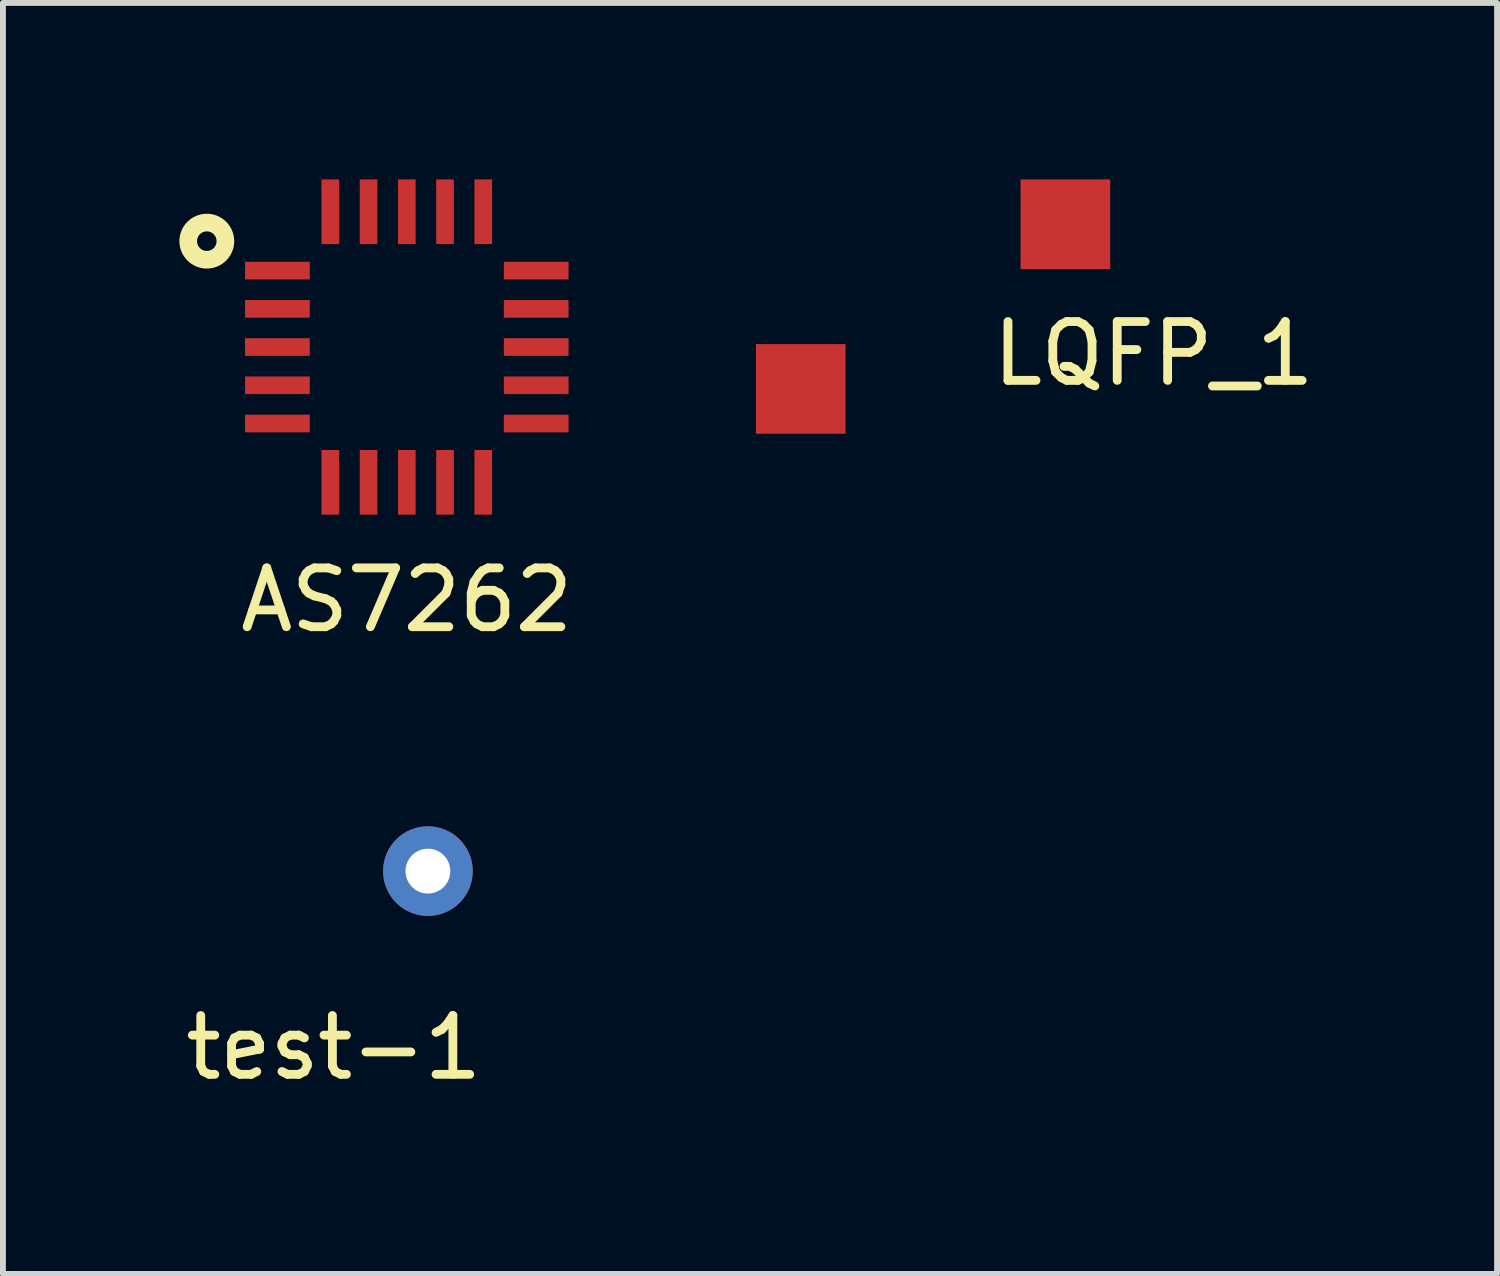
<source format=kicad_pcb>
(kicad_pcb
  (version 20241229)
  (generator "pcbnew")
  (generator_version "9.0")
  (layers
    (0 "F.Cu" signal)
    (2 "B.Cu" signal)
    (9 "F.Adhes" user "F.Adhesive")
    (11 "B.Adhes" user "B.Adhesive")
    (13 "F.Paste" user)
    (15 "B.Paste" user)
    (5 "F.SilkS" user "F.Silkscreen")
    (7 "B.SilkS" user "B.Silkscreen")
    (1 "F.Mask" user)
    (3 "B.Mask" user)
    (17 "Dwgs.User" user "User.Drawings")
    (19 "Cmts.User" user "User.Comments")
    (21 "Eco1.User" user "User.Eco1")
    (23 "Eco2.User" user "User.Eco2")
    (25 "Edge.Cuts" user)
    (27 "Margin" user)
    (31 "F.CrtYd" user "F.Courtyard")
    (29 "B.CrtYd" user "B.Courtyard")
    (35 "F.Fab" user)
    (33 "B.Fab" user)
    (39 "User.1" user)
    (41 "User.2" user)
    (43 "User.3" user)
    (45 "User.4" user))
  (footprint "AS7262"
    (layer "F.Cu")
    (at 3.866 2.85)
    (property "Reference" "AS7262" (at 0 4.3 0) (layer "F.SilkS") (effects (font (size 1 1) (thickness 0.15))))
    (attr through_hole)
    (fp_circle (center -3.4 -1.8) (end -3.084 -1.8) (stroke (width 0.3) (type solid)) (fill no) (layer "F.SilkS"))
    (pad "1" smd rect (at -2.2 -1.3) (size 1.1 0.3) (layers "F.Cu" "F.Mask" "F.Paste"))
    (pad "2" smd rect (at -2.2 -0.65) (size 1.1 0.3) (layers "F.Cu" "F.Mask" "F.Paste"))
    (pad "3" smd rect (at -2.2 0) (size 1.1 0.3) (layers "F.Cu" "F.Mask" "F.Paste"))
    (pad "4" smd rect (at -2.2 0.65) (size 1.1 0.3) (layers "F.Cu" "F.Mask" "F.Paste"))
    (pad "5" smd rect (at -2.2 1.3) (size 1.1 0.3) (layers "F.Cu" "F.Mask" "F.Paste"))
    (pad "6" smd rect (at -1.3 2.3) (size 0.3 1.1) (layers "F.Cu" "F.Mask" "F.Paste"))
    (pad "7" smd rect (at -0.65 2.3) (size 0.3 1.1) (layers "F.Cu" "F.Mask" "F.Paste"))
    (pad "8" smd rect (at 0 2.3) (size 0.3 1.1) (layers "F.Cu" "F.Mask" "F.Paste"))
    (pad "9" smd rect (at 0.65 2.3) (size 0.3 1.1) (layers "F.Cu" "F.Mask" "F.Paste"))
    (pad "10" smd rect (at 1.3 2.3) (size 0.3 1.1) (layers "F.Cu" "F.Mask" "F.Paste"))
    (pad "11" smd rect (at 2.2 1.3) (size 1.1 0.3) (layers "F.Cu" "F.Mask" "F.Paste"))
    (pad "12" smd rect (at 2.2 0.65) (size 1.1 0.3) (layers "F.Cu" "F.Mask" "F.Paste"))
    (pad "13" smd rect (at 2.2 0) (size 1.1 0.3) (layers "F.Cu" "F.Mask" "F.Paste"))
    (pad "14" smd rect (at 2.2 -0.65) (size 1.1 0.3) (layers "F.Cu" "F.Mask" "F.Paste"))
    (pad "15" smd rect (at 2.2 -1.3) (size 1.1 0.3) (layers "F.Cu" "F.Mask" "F.Paste"))
    (pad "16" smd rect (at 1.3 -2.3) (size 0.3 1.1) (layers "F.Cu" "F.Mask" "F.Paste"))
    (pad "17" smd rect (at 0.65 -2.3) (size 0.3 1.1) (layers "F.Cu" "F.Mask" "F.Paste"))
    (pad "18" smd rect (at 0 -2.3) (size 0.3 1.1) (layers "F.Cu" "F.Mask" "F.Paste"))
    (pad "19" smd rect (at -0.65 -2.3) (size 0.3 1.1) (layers "F.Cu" "F.Mask" "F.Paste"))
    (pad "20" smd rect (at -1.3 -2.3) (size 0.3 1.1) (layers "F.Cu" "F.Mask" "F.Paste")))
  (footprint "LQFP_1"
    (layer "F.Cu")
    (at 14.463 5.062)
    (property "Reference" "LQFP_1" (at 2.1 -2.1 0) (layer "F.SilkS") (effects (font (size 1 1) (thickness 0.15))))
    (attr through_hole)
    (pad "1" smd rect (at -3.9 -1.5) (size 1.524 1.524) (layers "F.Cu" "F.Mask" "F.Paste"))
    (pad "2" smd rect (at 0.6 -4.3) (size 1.524 1.524) (layers "F.Cu" "F.Mask" "F.Paste")))
  (footprint "test-1"
    (layer "F.Cu")
    (at 2.625 14.26)
    (property "Reference" "test-1" (at 0 0.5 0) (layer "F.SilkS") (effects (font (size 1 1) (thickness 0.15))))
    (attr through_hole)
    (pad "1" thru_hole circle (at 1.6 -2.5) (size 1.524 1.524) (drill 0.762) (layers "*.Cu" "*.Mask")))
  (gr_rect
    (start -3 -3)
    (end 22.402 18.608)
    (stroke (width 0.1) (type default))
    (fill no)
    (layer "Edge.Cuts")))
</source>
